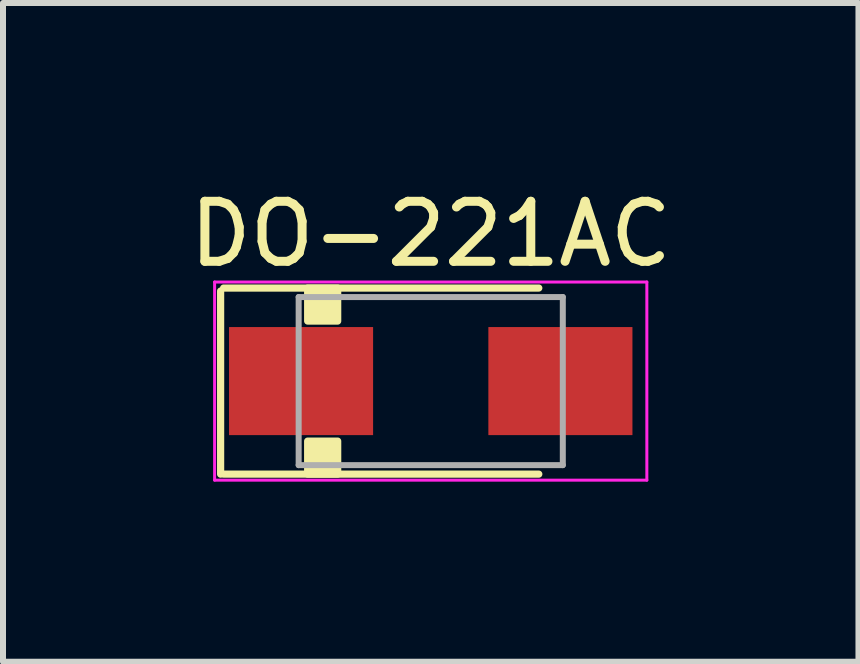
<source format=kicad_pcb>
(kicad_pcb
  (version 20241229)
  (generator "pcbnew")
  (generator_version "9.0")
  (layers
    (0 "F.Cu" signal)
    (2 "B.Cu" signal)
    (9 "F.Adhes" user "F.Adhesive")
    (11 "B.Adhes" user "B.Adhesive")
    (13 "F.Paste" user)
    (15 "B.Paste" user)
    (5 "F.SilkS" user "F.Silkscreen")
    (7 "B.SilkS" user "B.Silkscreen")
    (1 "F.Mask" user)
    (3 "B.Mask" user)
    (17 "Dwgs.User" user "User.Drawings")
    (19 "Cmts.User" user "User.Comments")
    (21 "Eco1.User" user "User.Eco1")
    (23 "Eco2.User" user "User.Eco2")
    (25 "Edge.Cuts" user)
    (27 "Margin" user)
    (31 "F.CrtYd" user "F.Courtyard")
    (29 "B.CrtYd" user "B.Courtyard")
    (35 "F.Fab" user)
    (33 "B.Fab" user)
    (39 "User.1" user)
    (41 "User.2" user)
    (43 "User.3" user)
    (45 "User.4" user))
  (footprint "DO-221AC"
    (layer "F.Cu")
    (at 4.125 3.298)
    (property "Reference" "DO-221AC" (at 0 -2.45 180) (layer "F.SilkS") (effects (font (size 1 1) (thickness 0.15))))
    (attr smd)
    (fp_line (start -3.5 -1.5) (end -3.5 1.55) (stroke (width 0.12) (type solid)) (layer "F.SilkS"))
    (fp_line (start -3.45 1.55) (end 1.8 1.55) (stroke (width 0.12) (type solid)) (layer "F.SilkS"))
    (fp_line (start 1.8 -1.55) (end -3.45 -1.55) (stroke (width 0.12) (type solid)) (layer "F.SilkS"))
    (fp_poly (pts (xy -2.05 -1.55) (xy -1.55 -1.55) (xy -1.55 -1) (xy -2.05 -1)) (stroke (width 0.12) (type solid)) (fill yes) (layer "F.SilkS"))
    (fp_poly (pts (xy -2.05 1) (xy -1.55 1) (xy -1.55 1.55) (xy -2.05 1.55)) (stroke (width 0.12) (type solid)) (fill yes) (layer "F.SilkS"))
    (fp_line (start -3.6 -1.65) (end 3.6 -1.65) (stroke (width 0.05) (type solid)) (layer "F.CrtYd"))
    (fp_line (start -3.6 1.65) (end -3.6 -1.65) (stroke (width 0.05) (type solid)) (layer "F.CrtYd"))
    (fp_line (start 3.6 -1.65) (end 3.6 1.65) (stroke (width 0.05) (type solid)) (layer "F.CrtYd"))
    (fp_line (start 3.6 1.65) (end -3.6 1.65) (stroke (width 0.05) (type solid)) (layer "F.CrtYd"))
    (fp_line (start -2.2 -1.4) (end 2.2 -1.4) (stroke (width 0.1) (type solid)) (layer "F.Fab"))
    (fp_line (start -2.2 1.4) (end -2.2 -1.4) (stroke (width 0.1) (type solid)) (layer "F.Fab"))
    (fp_line (start 2.2 -1.4) (end 2.2 1.4) (stroke (width 0.1) (type solid)) (layer "F.Fab"))
    (fp_line (start 2.2 1.4) (end -2.2 1.4) (stroke (width 0.1) (type solid)) (layer "F.Fab"))
    (pad "1" smd rect (at -2.16 0) (size 2.4 1.8) (layers "F.Cu" "F.Mask" "F.Paste"))
    (pad "2" smd rect (at 2.16 0) (size 2.4 1.8) (layers "F.Cu" "F.Mask" "F.Paste")))
  (gr_rect
    (start -3 -3)
    (end 11.25 7.973)
    (stroke (width 0.1) (type default))
    (fill no)
    (layer "Edge.Cuts")))
</source>
